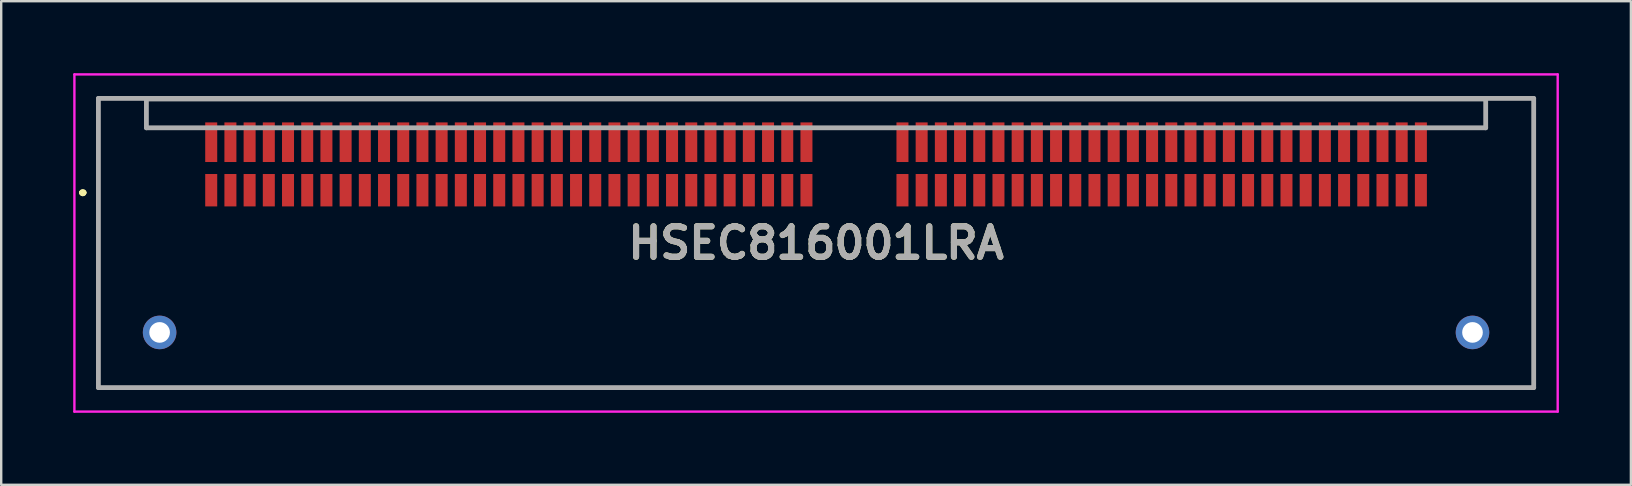
<source format=kicad_pcb>
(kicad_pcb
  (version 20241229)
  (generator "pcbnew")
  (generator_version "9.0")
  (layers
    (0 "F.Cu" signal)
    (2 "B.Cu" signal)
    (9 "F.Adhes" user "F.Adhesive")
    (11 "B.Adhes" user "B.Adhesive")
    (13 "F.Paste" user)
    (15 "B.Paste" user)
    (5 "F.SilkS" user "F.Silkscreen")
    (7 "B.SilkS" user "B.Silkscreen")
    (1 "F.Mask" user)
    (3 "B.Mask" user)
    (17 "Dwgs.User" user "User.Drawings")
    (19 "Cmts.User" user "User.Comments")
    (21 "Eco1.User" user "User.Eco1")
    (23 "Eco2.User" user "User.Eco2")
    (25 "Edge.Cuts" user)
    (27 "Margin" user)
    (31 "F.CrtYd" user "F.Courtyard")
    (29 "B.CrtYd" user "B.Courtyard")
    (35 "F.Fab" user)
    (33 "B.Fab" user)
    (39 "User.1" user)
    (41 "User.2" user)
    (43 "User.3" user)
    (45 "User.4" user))
  (footprint "HSEC816001LRA"
    (layer "F.Cu")
    (at 30.95 7.075)
    (property "Reference" "HSEC816001LRA" (at 0 0 0) (layer "F.SilkS") (effects (font (size 1.27 1.27) (thickness 0.254))))
    (attr through_hole)
    (fp_line (start -30.6 -2.1) (end -30.6 -2.1) (stroke (width 0.2) (type solid)) (layer "F.SilkS"))
    (fp_line (start -30.6 -2.1) (end -30.6 -2.1) (stroke (width 0.2) (type solid)) (layer "F.SilkS"))
    (fp_line (start -30.5 -2.1) (end -30.5 -2.1) (stroke (width 0.2) (type solid)) (layer "F.SilkS"))
    (fp_line (start -29.9 -6.025) (end 29.9 -6.025) (stroke (width 0.1) (type solid)) (layer "F.SilkS"))
    (fp_line (start -29.9 6.025) (end -29.9 -6.025) (stroke (width 0.1) (type solid)) (layer "F.SilkS"))
    (fp_line (start 29.9 -6.025) (end 29.9 6.025) (stroke (width 0.1) (type solid)) (layer "F.SilkS"))
    (fp_line (start 29.9 6.025) (end -29.9 6.025) (stroke (width 0.1) (type solid)) (layer "F.SilkS"))
    (fp_arc (start -30.6 -2.1) (mid -30.55 -2.15) (end -30.5 -2.1) (stroke (width 0.2) (type solid)) (layer "F.SilkS"))
    (fp_arc (start -30.5 -2.1) (mid -30.55 -2.05) (end -30.6 -2.1) (stroke (width 0.2) (type solid)) (layer "F.SilkS"))
    (fp_arc (start -30.5 -2.1) (mid -30.55 -2.05) (end -30.6 -2.1) (stroke (width 0.2) (type solid)) (layer "F.SilkS"))
    (fp_line (start -30.9 -7.025) (end 30.9 -7.025) (stroke (width 0.1) (type solid)) (layer "F.CrtYd"))
    (fp_line (start -30.9 7.025) (end -30.9 -7.025) (stroke (width 0.1) (type solid)) (layer "F.CrtYd"))
    (fp_line (start 30.9 -7.025) (end 30.9 7.025) (stroke (width 0.1) (type solid)) (layer "F.CrtYd"))
    (fp_line (start 30.9 7.025) (end -30.9 7.025) (stroke (width 0.1) (type solid)) (layer "F.CrtYd"))
    (fp_line (start -29.9 -6.025) (end 29.9 -6.025) (stroke (width 0.2) (type solid)) (layer "F.Fab"))
    (fp_line (start -29.9 6.025) (end -29.9 -6.025) (stroke (width 0.2) (type solid)) (layer "F.Fab"))
    (fp_line (start -27.9 -6) (end 27.9 -6) (stroke (width 0.2) (type solid)) (layer "F.Fab"))
    (fp_line (start -27.9 -4.8) (end -27.9 -6) (stroke (width 0.2) (type solid)) (layer "F.Fab"))
    (fp_line (start 27.9 -6) (end 27.9 -4.8) (stroke (width 0.2) (type solid)) (layer "F.Fab"))
    (fp_line (start 27.9 -4.8) (end -27.9 -4.8) (stroke (width 0.2) (type solid)) (layer "F.Fab"))
    (fp_line (start 29.9 -6.025) (end 29.9 6.025) (stroke (width 0.2) (type solid)) (layer "F.Fab"))
    (fp_line (start 29.9 6.025) (end -29.9 6.025) (stroke (width 0.2) (type solid)) (layer "F.Fab"))
    (fp_text user "${REFERENCE}" (at 0 0 0) (layer "F.Fab") (effects (font (size 1.27 1.27) (thickness 0.254))))
    (pad "" np_thru_hole circle (at -28.3 -3.275) (size 0.001 0.001) (drill 1.45) (layers "*.Cu" "*.Mask"))
    (pad "" np_thru_hole circle (at 28.3 -3.275) (size 0.001 0.001) (drill 1.45) (layers "*.Cu" "*.Mask"))
    (pad "1" smd rect (at -25.2 -2.2) (size 0.5 1.35) (layers "F.Cu" "F.Mask" "F.Paste"))
    (pad "2" smd rect (at -25.2 -4.2) (size 0.5 1.65) (layers "F.Cu" "F.Mask" "F.Paste"))
    (pad "3" smd rect (at -24.4 -2.2) (size 0.5 1.35) (layers "F.Cu" "F.Mask" "F.Paste"))
    (pad "4" smd rect (at -24.4 -4.2) (size 0.5 1.65) (layers "F.Cu" "F.Mask" "F.Paste"))
    (pad "5" smd rect (at -23.6 -2.2) (size 0.5 1.35) (layers "F.Cu" "F.Mask" "F.Paste"))
    (pad "6" smd rect (at -23.6 -4.2) (size 0.5 1.65) (layers "F.Cu" "F.Mask" "F.Paste"))
    (pad "7" smd rect (at -22.8 -2.2) (size 0.5 1.35) (layers "F.Cu" "F.Mask" "F.Paste"))
    (pad "8" smd rect (at -22.8 -4.2) (size 0.5 1.65) (layers "F.Cu" "F.Mask" "F.Paste"))
    (pad "9" smd rect (at -22 -2.2) (size 0.5 1.35) (layers "F.Cu" "F.Mask" "F.Paste"))
    (pad "10" smd rect (at -22 -4.2) (size 0.5 1.65) (layers "F.Cu" "F.Mask" "F.Paste"))
    (pad "11" smd rect (at -21.2 -2.2) (size 0.5 1.35) (layers "F.Cu" "F.Mask" "F.Paste"))
    (pad "12" smd rect (at -21.2 -4.2) (size 0.5 1.65) (layers "F.Cu" "F.Mask" "F.Paste"))
    (pad "13" smd rect (at -20.4 -2.2) (size 0.5 1.35) (layers "F.Cu" "F.Mask" "F.Paste"))
    (pad "14" smd rect (at -20.4 -4.2) (size 0.5 1.65) (layers "F.Cu" "F.Mask" "F.Paste"))
    (pad "15" smd rect (at -19.6 -2.2) (size 0.5 1.35) (layers "F.Cu" "F.Mask" "F.Paste"))
    (pad "16" smd rect (at -19.6 -4.2) (size 0.5 1.65) (layers "F.Cu" "F.Mask" "F.Paste"))
    (pad "17" smd rect (at -18.8 -2.2) (size 0.5 1.35) (layers "F.Cu" "F.Mask" "F.Paste"))
    (pad "18" smd rect (at -18.8 -4.2) (size 0.5 1.65) (layers "F.Cu" "F.Mask" "F.Paste"))
    (pad "19" smd rect (at -18 -2.2) (size 0.5 1.35) (layers "F.Cu" "F.Mask" "F.Paste"))
    (pad "20" smd rect (at -18 -4.2) (size 0.5 1.65) (layers "F.Cu" "F.Mask" "F.Paste"))
    (pad "21" smd rect (at -17.2 -2.2) (size 0.5 1.35) (layers "F.Cu" "F.Mask" "F.Paste"))
    (pad "22" smd rect (at -17.2 -4.2) (size 0.5 1.65) (layers "F.Cu" "F.Mask" "F.Paste"))
    (pad "23" smd rect (at -16.4 -2.2) (size 0.5 1.35) (layers "F.Cu" "F.Mask" "F.Paste"))
    (pad "24" smd rect (at -16.4 -4.2) (size 0.5 1.65) (layers "F.Cu" "F.Mask" "F.Paste"))
    (pad "25" smd rect (at -15.6 -2.2) (size 0.5 1.35) (layers "F.Cu" "F.Mask" "F.Paste"))
    (pad "26" smd rect (at -15.6 -4.2) (size 0.5 1.65) (layers "F.Cu" "F.Mask" "F.Paste"))
    (pad "27" smd rect (at -14.8 -2.2) (size 0.5 1.35) (layers "F.Cu" "F.Mask" "F.Paste"))
    (pad "28" smd rect (at -14.8 -4.2) (size 0.5 1.65) (layers "F.Cu" "F.Mask" "F.Paste"))
    (pad "29" smd rect (at -14 -2.2) (size 0.5 1.35) (layers "F.Cu" "F.Mask" "F.Paste"))
    (pad "30" smd rect (at -14 -4.2) (size 0.5 1.65) (layers "F.Cu" "F.Mask" "F.Paste"))
    (pad "31" smd rect (at -13.2 -2.2) (size 0.5 1.35) (layers "F.Cu" "F.Mask" "F.Paste"))
    (pad "32" smd rect (at -13.2 -4.2) (size 0.5 1.65) (layers "F.Cu" "F.Mask" "F.Paste"))
    (pad "33" smd rect (at -12.4 -2.2) (size 0.5 1.35) (layers "F.Cu" "F.Mask" "F.Paste"))
    (pad "34" smd rect (at -12.4 -4.2) (size 0.5 1.65) (layers "F.Cu" "F.Mask" "F.Paste"))
    (pad "35" smd rect (at -11.6 -2.2) (size 0.5 1.35) (layers "F.Cu" "F.Mask" "F.Paste"))
    (pad "36" smd rect (at -11.6 -4.2) (size 0.5 1.65) (layers "F.Cu" "F.Mask" "F.Paste"))
    (pad "37" smd rect (at -10.8 -2.2) (size 0.5 1.35) (layers "F.Cu" "F.Mask" "F.Paste"))
    (pad "38" smd rect (at -10.8 -4.2) (size 0.5 1.65) (layers "F.Cu" "F.Mask" "F.Paste"))
    (pad "39" smd rect (at -10 -2.2) (size 0.5 1.35) (layers "F.Cu" "F.Mask" "F.Paste"))
    (pad "40" smd rect (at -10 -4.2) (size 0.5 1.65) (layers "F.Cu" "F.Mask" "F.Paste"))
    (pad "41" smd rect (at -9.2 -2.2) (size 0.5 1.35) (layers "F.Cu" "F.Mask" "F.Paste"))
    (pad "42" smd rect (at -9.2 -4.2) (size 0.5 1.65) (layers "F.Cu" "F.Mask" "F.Paste"))
    (pad "43" smd rect (at -8.4 -2.2) (size 0.5 1.35) (layers "F.Cu" "F.Mask" "F.Paste"))
    (pad "44" smd rect (at -8.4 -4.2) (size 0.5 1.65) (layers "F.Cu" "F.Mask" "F.Paste"))
    (pad "45" smd rect (at -7.6 -2.2) (size 0.5 1.35) (layers "F.Cu" "F.Mask" "F.Paste"))
    (pad "46" smd rect (at -7.6 -4.2) (size 0.5 1.65) (layers "F.Cu" "F.Mask" "F.Paste"))
    (pad "47" smd rect (at -6.8 -2.2) (size 0.5 1.35) (layers "F.Cu" "F.Mask" "F.Paste"))
    (pad "48" smd rect (at -6.8 -4.2) (size 0.5 1.65) (layers "F.Cu" "F.Mask" "F.Paste"))
    (pad "49" smd rect (at -6 -2.2) (size 0.5 1.35) (layers "F.Cu" "F.Mask" "F.Paste"))
    (pad "50" smd rect (at -6 -4.2) (size 0.5 1.65) (layers "F.Cu" "F.Mask" "F.Paste"))
    (pad "51" smd rect (at -5.2 -2.2) (size 0.5 1.35) (layers "F.Cu" "F.Mask" "F.Paste"))
    (pad "52" smd rect (at -5.2 -4.2) (size 0.5 1.65) (layers "F.Cu" "F.Mask" "F.Paste"))
    (pad "53" smd rect (at -4.4 -2.2) (size 0.5 1.35) (layers "F.Cu" "F.Mask" "F.Paste"))
    (pad "54" smd rect (at -4.4 -4.2) (size 0.5 1.65) (layers "F.Cu" "F.Mask" "F.Paste"))
    (pad "55" smd rect (at -3.6 -2.2) (size 0.5 1.35) (layers "F.Cu" "F.Mask" "F.Paste"))
    (pad "56" smd rect (at -3.6 -4.2) (size 0.5 1.65) (layers "F.Cu" "F.Mask" "F.Paste"))
    (pad "57" smd rect (at -2.8 -2.2) (size 0.5 1.35) (layers "F.Cu" "F.Mask" "F.Paste"))
    (pad "58" smd rect (at -2.8 -4.2) (size 0.5 1.65) (layers "F.Cu" "F.Mask" "F.Paste"))
    (pad "59" smd rect (at -2 -2.2) (size 0.5 1.35) (layers "F.Cu" "F.Mask" "F.Paste"))
    (pad "60" smd rect (at -2 -4.2) (size 0.5 1.65) (layers "F.Cu" "F.Mask" "F.Paste"))
    (pad "61" smd rect (at -1.2 -2.2) (size 0.5 1.35) (layers "F.Cu" "F.Mask" "F.Paste"))
    (pad "62" smd rect (at -1.2 -4.2) (size 0.5 1.65) (layers "F.Cu" "F.Mask" "F.Paste"))
    (pad "63" smd rect (at -0.4 -2.2) (size 0.5 1.35) (layers "F.Cu" "F.Mask" "F.Paste"))
    (pad "64" smd rect (at -0.4 -4.2) (size 0.5 1.65) (layers "F.Cu" "F.Mask" "F.Paste"))
    (pad "65" smd rect (at 3.6 -2.2) (size 0.5 1.35) (layers "F.Cu" "F.Mask" "F.Paste"))
    (pad "66" smd rect (at 3.6 -4.2) (size 0.5 1.65) (layers "F.Cu" "F.Mask" "F.Paste"))
    (pad "67" smd rect (at 4.4 -2.2) (size 0.5 1.35) (layers "F.Cu" "F.Mask" "F.Paste"))
    (pad "68" smd rect (at 4.4 -4.2) (size 0.5 1.65) (layers "F.Cu" "F.Mask" "F.Paste"))
    (pad "69" smd rect (at 5.2 -2.2) (size 0.5 1.35) (layers "F.Cu" "F.Mask" "F.Paste"))
    (pad "70" smd rect (at 5.2 -4.2) (size 0.5 1.65) (layers "F.Cu" "F.Mask" "F.Paste"))
    (pad "71" smd rect (at 6 -2.2) (size 0.5 1.35) (layers "F.Cu" "F.Mask" "F.Paste"))
    (pad "72" smd rect (at 6 -4.2) (size 0.5 1.65) (layers "F.Cu" "F.Mask" "F.Paste"))
    (pad "73" smd rect (at 6.8 -2.2) (size 0.5 1.35) (layers "F.Cu" "F.Mask" "F.Paste"))
    (pad "74" smd rect (at 6.8 -4.2) (size 0.5 1.65) (layers "F.Cu" "F.Mask" "F.Paste"))
    (pad "75" smd rect (at 7.6 -2.2) (size 0.5 1.35) (layers "F.Cu" "F.Mask" "F.Paste"))
    (pad "76" smd rect (at 7.6 -4.2) (size 0.5 1.65) (layers "F.Cu" "F.Mask" "F.Paste"))
    (pad "77" smd rect (at 8.4 -2.2) (size 0.5 1.35) (layers "F.Cu" "F.Mask" "F.Paste"))
    (pad "78" smd rect (at 8.4 -4.2) (size 0.5 1.65) (layers "F.Cu" "F.Mask" "F.Paste"))
    (pad "79" smd rect (at 9.2 -2.2) (size 0.5 1.35) (layers "F.Cu" "F.Mask" "F.Paste"))
    (pad "80" smd rect (at 9.2 -4.2) (size 0.5 1.65) (layers "F.Cu" "F.Mask" "F.Paste"))
    (pad "81" smd rect (at 10 -2.2) (size 0.5 1.35) (layers "F.Cu" "F.Mask" "F.Paste"))
    (pad "82" smd rect (at 10 -4.2) (size 0.5 1.65) (layers "F.Cu" "F.Mask" "F.Paste"))
    (pad "83" smd rect (at 10.8 -2.2) (size 0.5 1.35) (layers "F.Cu" "F.Mask" "F.Paste"))
    (pad "84" smd rect (at 10.8 -4.2) (size 0.5 1.65) (layers "F.Cu" "F.Mask" "F.Paste"))
    (pad "85" smd rect (at 11.6 -2.2) (size 0.5 1.35) (layers "F.Cu" "F.Mask" "F.Paste"))
    (pad "86" smd rect (at 11.6 -4.2) (size 0.5 1.65) (layers "F.Cu" "F.Mask" "F.Paste"))
    (pad "87" smd rect (at 12.4 -2.2) (size 0.5 1.35) (layers "F.Cu" "F.Mask" "F.Paste"))
    (pad "88" smd rect (at 12.4 -4.2) (size 0.5 1.65) (layers "F.Cu" "F.Mask" "F.Paste"))
    (pad "89" smd rect (at 13.2 -2.2) (size 0.5 1.35) (layers "F.Cu" "F.Mask" "F.Paste"))
    (pad "90" smd rect (at 13.2 -4.2) (size 0.5 1.65) (layers "F.Cu" "F.Mask" "F.Paste"))
    (pad "91" smd rect (at 14 -2.2) (size 0.5 1.35) (layers "F.Cu" "F.Mask" "F.Paste"))
    (pad "92" smd rect (at 14 -4.2) (size 0.5 1.65) (layers "F.Cu" "F.Mask" "F.Paste"))
    (pad "93" smd rect (at 14.8 -2.2) (size 0.5 1.35) (layers "F.Cu" "F.Mask" "F.Paste"))
    (pad "94" smd rect (at 14.8 -4.2) (size 0.5 1.65) (layers "F.Cu" "F.Mask" "F.Paste"))
    (pad "95" smd rect (at 15.6 -2.2) (size 0.5 1.35) (layers "F.Cu" "F.Mask" "F.Paste"))
    (pad "96" smd rect (at 15.6 -4.2) (size 0.5 1.65) (layers "F.Cu" "F.Mask" "F.Paste"))
    (pad "97" smd rect (at 16.4 -2.2) (size 0.5 1.35) (layers "F.Cu" "F.Mask" "F.Paste"))
    (pad "98" smd rect (at 16.4 -4.2) (size 0.5 1.65) (layers "F.Cu" "F.Mask" "F.Paste"))
    (pad "99" smd rect (at 17.2 -2.2) (size 0.5 1.35) (layers "F.Cu" "F.Mask" "F.Paste"))
    (pad "100" smd rect (at 17.2 -4.2) (size 0.5 1.65) (layers "F.Cu" "F.Mask" "F.Paste"))
    (pad "101" smd rect (at 18 -2.2) (size 0.5 1.35) (layers "F.Cu" "F.Mask" "F.Paste"))
    (pad "102" smd rect (at 18 -4.2) (size 0.5 1.65) (layers "F.Cu" "F.Mask" "F.Paste"))
    (pad "103" smd rect (at 18.8 -2.2) (size 0.5 1.35) (layers "F.Cu" "F.Mask" "F.Paste"))
    (pad "104" smd rect (at 18.8 -4.2) (size 0.5 1.65) (layers "F.Cu" "F.Mask" "F.Paste"))
    (pad "105" smd rect (at 19.6 -2.2) (size 0.5 1.35) (layers "F.Cu" "F.Mask" "F.Paste"))
    (pad "106" smd rect (at 19.6 -4.2) (size 0.5 1.65) (layers "F.Cu" "F.Mask" "F.Paste"))
    (pad "107" smd rect (at 20.4 -2.2) (size 0.5 1.35) (layers "F.Cu" "F.Mask" "F.Paste"))
    (pad "108" smd rect (at 20.4 -4.2) (size 0.5 1.65) (layers "F.Cu" "F.Mask" "F.Paste"))
    (pad "109" smd rect (at 21.2 -2.2) (size 0.5 1.35) (layers "F.Cu" "F.Mask" "F.Paste"))
    (pad "110" smd rect (at 21.2 -4.2) (size 0.5 1.65) (layers "F.Cu" "F.Mask" "F.Paste"))
    (pad "111" smd rect (at 22 -2.2) (size 0.5 1.35) (layers "F.Cu" "F.Mask" "F.Paste"))
    (pad "112" smd rect (at 22 -4.2) (size 0.5 1.65) (layers "F.Cu" "F.Mask" "F.Paste"))
    (pad "113" smd rect (at 22.8 -2.2) (size 0.5 1.35) (layers "F.Cu" "F.Mask" "F.Paste"))
    (pad "114" smd rect (at 22.8 -4.2) (size 0.5 1.65) (layers "F.Cu" "F.Mask" "F.Paste"))
    (pad "115" smd rect (at 23.6 -2.2) (size 0.5 1.35) (layers "F.Cu" "F.Mask" "F.Paste"))
    (pad "116" smd rect (at 23.6 -4.2) (size 0.5 1.65) (layers "F.Cu" "F.Mask" "F.Paste"))
    (pad "117" smd rect (at 24.4 -2.2) (size 0.5 1.35) (layers "F.Cu" "F.Mask" "F.Paste"))
    (pad "118" smd rect (at 24.4 -4.2) (size 0.5 1.65) (layers "F.Cu" "F.Mask" "F.Paste"))
    (pad "119" smd rect (at 25.2 -2.2) (size 0.5 1.35) (layers "F.Cu" "F.Mask" "F.Paste"))
    (pad "120" smd rect (at 25.2 -4.2) (size 0.5 1.65) (layers "F.Cu" "F.Mask" "F.Paste"))
    (pad "MH1" thru_hole circle (at -27.35 3.725) (size 1.397 1.397) (drill 0.86) (layers "*.Cu" "*.Mask"))
    (pad "MH2" thru_hole circle (at 27.35 3.725) (size 1.397 1.397) (drill 0.86) (layers "*.Cu" "*.Mask")))
  (gr_rect
    (start -3 -3)
    (end 64.9 17.15)
    (stroke (width 0.1) (type default))
    (fill no)
    (layer "Edge.Cuts")))
</source>
